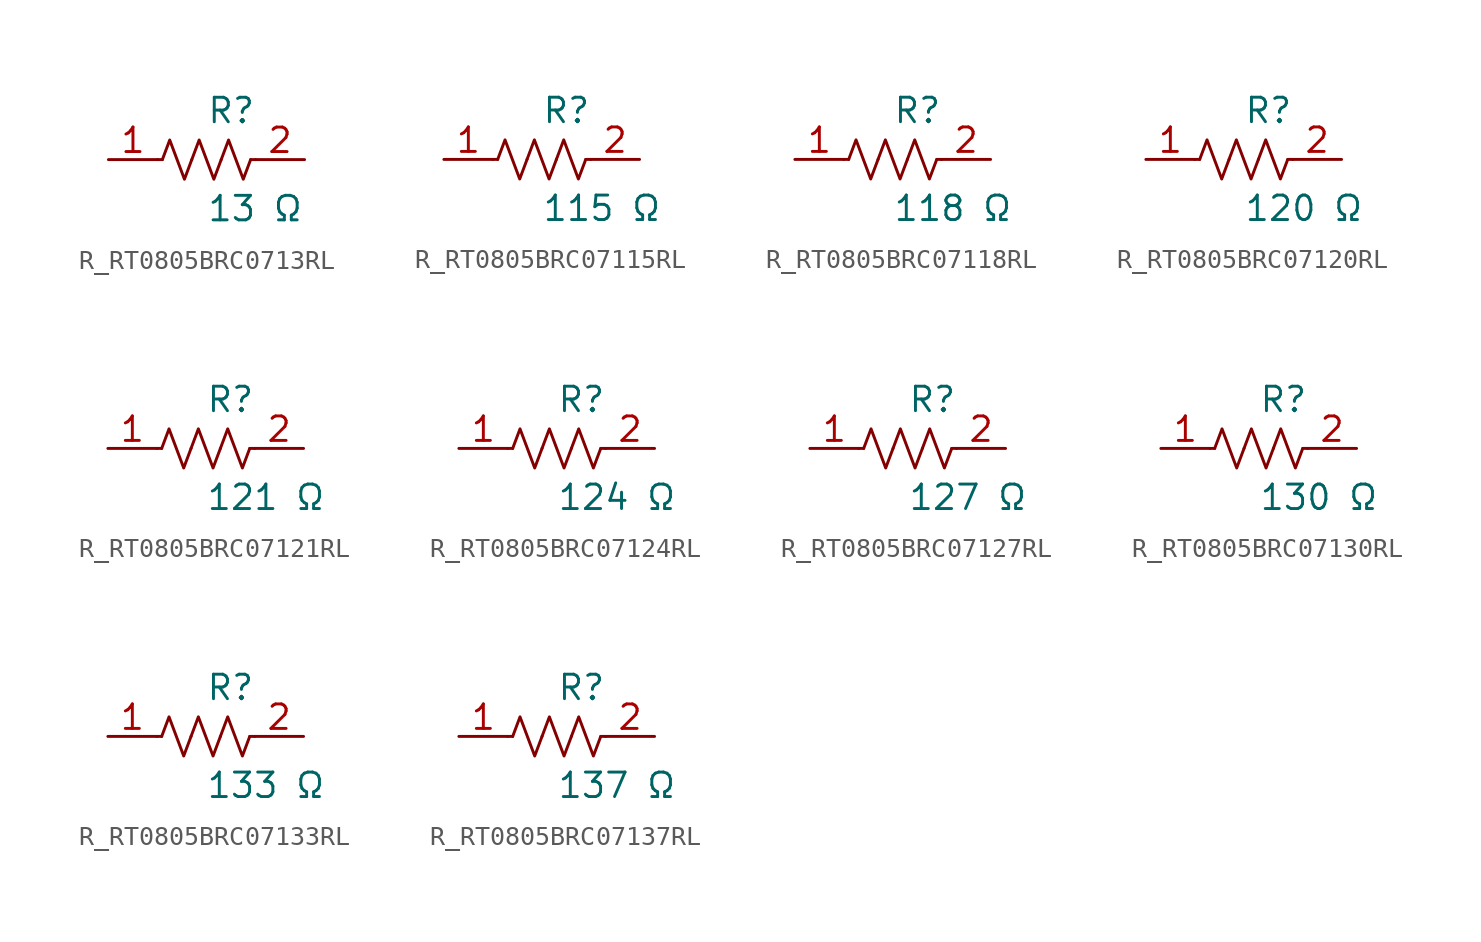
<source format=kicad_sym>
(kicad_symbol_lib
  (version 20231120)
  (generator kicad_symbol_editor)
  (generator_version 8.0)
  (symbol "R_RT0805BRC0713RL"
    (pin_names
      (offset 0.254))
    (property "Reference" "R"
      (at 0.0 2.54 0)
      (effects (font (size 1.27 1.27)) (justify left)))
    (property "Value" "13 Ω"
      (at 0.0 -2.54 0)
      (effects (font (size 1.27 1.27)) (justify left)))
    (symbol "R_RT0805BRC0713RL_0_1"
      (polyline (pts (xy 2.286 0) (xy 2.54 0)) (stroke (width 0) (type default)) (fill (type none)))
      (polyline (pts (xy -2.286 0) (xy -2.54 0)) (stroke (width 0) (type default)) (fill (type none)))
      (polyline (pts (xy 0.762 0) (xy 1.143 1.016) (xy 1.524 0) (xy 1.905 -1.016) (xy 2.286 0)) (stroke (width 0) (type default)) (fill (type none)))
      (polyline (pts (xy -0.762 0) (xy -0.381 1.016) (xy 0 0) (xy 0.381 -1.016) (xy 0.762 0)) (stroke (width 0) (type default)) (fill (type none)))
      (polyline (pts (xy -2.286 0) (xy -1.905 1.016) (xy -1.524 0) (xy -1.143 -1.016) (xy -0.762 0)) (stroke (width 0) (type default)) (fill (type none))))
    (pin unspecified line
      (at -5.08 0 0)
      (length 2.54)
      (name "" (effects (font (size 1.27 1.27))))
      (number "1" (effects (font (size 1.27 1.27)))))
    (pin unspecified line
      (at 5.08 0 180)
      (length 2.54)
      (name "" (effects (font (size 1.27 1.27))))
      (number "2" (effects (font (size 1.27 1.27))))))
  (symbol "R_RT0805BRC07115RL"
    (pin_names
      (offset 0.254))
    (property "Reference" "R"
      (at 0.0 2.54 0)
      (effects (font (size 1.27 1.27)) (justify left)))
    (property "Value" "115 Ω"
      (at 0.0 -2.54 0)
      (effects (font (size 1.27 1.27)) (justify left)))
    (symbol "R_RT0805BRC07115RL_0_1"
      (polyline (pts (xy 2.286 0) (xy 2.54 0)) (stroke (width 0) (type default)) (fill (type none)))
      (polyline (pts (xy -2.286 0) (xy -2.54 0)) (stroke (width 0) (type default)) (fill (type none)))
      (polyline (pts (xy 0.762 0) (xy 1.143 1.016) (xy 1.524 0) (xy 1.905 -1.016) (xy 2.286 0)) (stroke (width 0) (type default)) (fill (type none)))
      (polyline (pts (xy -0.762 0) (xy -0.381 1.016) (xy 0 0) (xy 0.381 -1.016) (xy 0.762 0)) (stroke (width 0) (type default)) (fill (type none)))
      (polyline (pts (xy -2.286 0) (xy -1.905 1.016) (xy -1.524 0) (xy -1.143 -1.016) (xy -0.762 0)) (stroke (width 0) (type default)) (fill (type none))))
    (pin unspecified line
      (at -5.08 0 0)
      (length 2.54)
      (name "" (effects (font (size 1.27 1.27))))
      (number "1" (effects (font (size 1.27 1.27)))))
    (pin unspecified line
      (at 5.08 0 180)
      (length 2.54)
      (name "" (effects (font (size 1.27 1.27))))
      (number "2" (effects (font (size 1.27 1.27))))))
  (symbol "R_RT0805BRC07118RL"
    (pin_names
      (offset 0.254))
    (property "Reference" "R"
      (at 0.0 2.54 0)
      (effects (font (size 1.27 1.27)) (justify left)))
    (property "Value" "118 Ω"
      (at 0.0 -2.54 0)
      (effects (font (size 1.27 1.27)) (justify left)))
    (symbol "R_RT0805BRC07118RL_0_1"
      (polyline (pts (xy 2.286 0) (xy 2.54 0)) (stroke (width 0) (type default)) (fill (type none)))
      (polyline (pts (xy -2.286 0) (xy -2.54 0)) (stroke (width 0) (type default)) (fill (type none)))
      (polyline (pts (xy 0.762 0) (xy 1.143 1.016) (xy 1.524 0) (xy 1.905 -1.016) (xy 2.286 0)) (stroke (width 0) (type default)) (fill (type none)))
      (polyline (pts (xy -0.762 0) (xy -0.381 1.016) (xy 0 0) (xy 0.381 -1.016) (xy 0.762 0)) (stroke (width 0) (type default)) (fill (type none)))
      (polyline (pts (xy -2.286 0) (xy -1.905 1.016) (xy -1.524 0) (xy -1.143 -1.016) (xy -0.762 0)) (stroke (width 0) (type default)) (fill (type none))))
    (pin unspecified line
      (at -5.08 0 0)
      (length 2.54)
      (name "" (effects (font (size 1.27 1.27))))
      (number "1" (effects (font (size 1.27 1.27)))))
    (pin unspecified line
      (at 5.08 0 180)
      (length 2.54)
      (name "" (effects (font (size 1.27 1.27))))
      (number "2" (effects (font (size 1.27 1.27))))))
  (symbol "R_RT0805BRC07120RL"
    (pin_names
      (offset 0.254))
    (property "Reference" "R"
      (at 0.0 2.54 0)
      (effects (font (size 1.27 1.27)) (justify left)))
    (property "Value" "120 Ω"
      (at 0.0 -2.54 0)
      (effects (font (size 1.27 1.27)) (justify left)))
    (symbol "R_RT0805BRC07120RL_0_1"
      (polyline (pts (xy 2.286 0) (xy 2.54 0)) (stroke (width 0) (type default)) (fill (type none)))
      (polyline (pts (xy -2.286 0) (xy -2.54 0)) (stroke (width 0) (type default)) (fill (type none)))
      (polyline (pts (xy 0.762 0) (xy 1.143 1.016) (xy 1.524 0) (xy 1.905 -1.016) (xy 2.286 0)) (stroke (width 0) (type default)) (fill (type none)))
      (polyline (pts (xy -0.762 0) (xy -0.381 1.016) (xy 0 0) (xy 0.381 -1.016) (xy 0.762 0)) (stroke (width 0) (type default)) (fill (type none)))
      (polyline (pts (xy -2.286 0) (xy -1.905 1.016) (xy -1.524 0) (xy -1.143 -1.016) (xy -0.762 0)) (stroke (width 0) (type default)) (fill (type none))))
    (pin unspecified line
      (at -5.08 0 0)
      (length 2.54)
      (name "" (effects (font (size 1.27 1.27))))
      (number "1" (effects (font (size 1.27 1.27)))))
    (pin unspecified line
      (at 5.08 0 180)
      (length 2.54)
      (name "" (effects (font (size 1.27 1.27))))
      (number "2" (effects (font (size 1.27 1.27))))))
  (symbol "R_RT0805BRC07121RL"
    (pin_names
      (offset 0.254))
    (property "Reference" "R"
      (at 0.0 2.54 0)
      (effects (font (size 1.27 1.27)) (justify left)))
    (property "Value" "121 Ω"
      (at 0.0 -2.54 0)
      (effects (font (size 1.27 1.27)) (justify left)))
    (symbol "R_RT0805BRC07121RL_0_1"
      (polyline (pts (xy 2.286 0) (xy 2.54 0)) (stroke (width 0) (type default)) (fill (type none)))
      (polyline (pts (xy -2.286 0) (xy -2.54 0)) (stroke (width 0) (type default)) (fill (type none)))
      (polyline (pts (xy 0.762 0) (xy 1.143 1.016) (xy 1.524 0) (xy 1.905 -1.016) (xy 2.286 0)) (stroke (width 0) (type default)) (fill (type none)))
      (polyline (pts (xy -0.762 0) (xy -0.381 1.016) (xy 0 0) (xy 0.381 -1.016) (xy 0.762 0)) (stroke (width 0) (type default)) (fill (type none)))
      (polyline (pts (xy -2.286 0) (xy -1.905 1.016) (xy -1.524 0) (xy -1.143 -1.016) (xy -0.762 0)) (stroke (width 0) (type default)) (fill (type none))))
    (pin unspecified line
      (at -5.08 0 0)
      (length 2.54)
      (name "" (effects (font (size 1.27 1.27))))
      (number "1" (effects (font (size 1.27 1.27)))))
    (pin unspecified line
      (at 5.08 0 180)
      (length 2.54)
      (name "" (effects (font (size 1.27 1.27))))
      (number "2" (effects (font (size 1.27 1.27))))))
  (symbol "R_RT0805BRC07124RL"
    (pin_names
      (offset 0.254))
    (property "Reference" "R"
      (at 0.0 2.54 0)
      (effects (font (size 1.27 1.27)) (justify left)))
    (property "Value" "124 Ω"
      (at 0.0 -2.54 0)
      (effects (font (size 1.27 1.27)) (justify left)))
    (symbol "R_RT0805BRC07124RL_0_1"
      (polyline (pts (xy 2.286 0) (xy 2.54 0)) (stroke (width 0) (type default)) (fill (type none)))
      (polyline (pts (xy -2.286 0) (xy -2.54 0)) (stroke (width 0) (type default)) (fill (type none)))
      (polyline (pts (xy 0.762 0) (xy 1.143 1.016) (xy 1.524 0) (xy 1.905 -1.016) (xy 2.286 0)) (stroke (width 0) (type default)) (fill (type none)))
      (polyline (pts (xy -0.762 0) (xy -0.381 1.016) (xy 0 0) (xy 0.381 -1.016) (xy 0.762 0)) (stroke (width 0) (type default)) (fill (type none)))
      (polyline (pts (xy -2.286 0) (xy -1.905 1.016) (xy -1.524 0) (xy -1.143 -1.016) (xy -0.762 0)) (stroke (width 0) (type default)) (fill (type none))))
    (pin unspecified line
      (at -5.08 0 0)
      (length 2.54)
      (name "" (effects (font (size 1.27 1.27))))
      (number "1" (effects (font (size 1.27 1.27)))))
    (pin unspecified line
      (at 5.08 0 180)
      (length 2.54)
      (name "" (effects (font (size 1.27 1.27))))
      (number "2" (effects (font (size 1.27 1.27))))))
  (symbol "R_RT0805BRC07127RL"
    (pin_names
      (offset 0.254))
    (property "Reference" "R"
      (at 0.0 2.54 0)
      (effects (font (size 1.27 1.27)) (justify left)))
    (property "Value" "127 Ω"
      (at 0.0 -2.54 0)
      (effects (font (size 1.27 1.27)) (justify left)))
    (symbol "R_RT0805BRC07127RL_0_1"
      (polyline (pts (xy 2.286 0) (xy 2.54 0)) (stroke (width 0) (type default)) (fill (type none)))
      (polyline (pts (xy -2.286 0) (xy -2.54 0)) (stroke (width 0) (type default)) (fill (type none)))
      (polyline (pts (xy 0.762 0) (xy 1.143 1.016) (xy 1.524 0) (xy 1.905 -1.016) (xy 2.286 0)) (stroke (width 0) (type default)) (fill (type none)))
      (polyline (pts (xy -0.762 0) (xy -0.381 1.016) (xy 0 0) (xy 0.381 -1.016) (xy 0.762 0)) (stroke (width 0) (type default)) (fill (type none)))
      (polyline (pts (xy -2.286 0) (xy -1.905 1.016) (xy -1.524 0) (xy -1.143 -1.016) (xy -0.762 0)) (stroke (width 0) (type default)) (fill (type none))))
    (pin unspecified line
      (at -5.08 0 0)
      (length 2.54)
      (name "" (effects (font (size 1.27 1.27))))
      (number "1" (effects (font (size 1.27 1.27)))))
    (pin unspecified line
      (at 5.08 0 180)
      (length 2.54)
      (name "" (effects (font (size 1.27 1.27))))
      (number "2" (effects (font (size 1.27 1.27))))))
  (symbol "R_RT0805BRC07130RL"
    (pin_names
      (offset 0.254))
    (property "Reference" "R"
      (at 0.0 2.54 0)
      (effects (font (size 1.27 1.27)) (justify left)))
    (property "Value" "130 Ω"
      (at 0.0 -2.54 0)
      (effects (font (size 1.27 1.27)) (justify left)))
    (symbol "R_RT0805BRC07130RL_0_1"
      (polyline (pts (xy 2.286 0) (xy 2.54 0)) (stroke (width 0) (type default)) (fill (type none)))
      (polyline (pts (xy -2.286 0) (xy -2.54 0)) (stroke (width 0) (type default)) (fill (type none)))
      (polyline (pts (xy 0.762 0) (xy 1.143 1.016) (xy 1.524 0) (xy 1.905 -1.016) (xy 2.286 0)) (stroke (width 0) (type default)) (fill (type none)))
      (polyline (pts (xy -0.762 0) (xy -0.381 1.016) (xy 0 0) (xy 0.381 -1.016) (xy 0.762 0)) (stroke (width 0) (type default)) (fill (type none)))
      (polyline (pts (xy -2.286 0) (xy -1.905 1.016) (xy -1.524 0) (xy -1.143 -1.016) (xy -0.762 0)) (stroke (width 0) (type default)) (fill (type none))))
    (pin unspecified line
      (at -5.08 0 0)
      (length 2.54)
      (name "" (effects (font (size 1.27 1.27))))
      (number "1" (effects (font (size 1.27 1.27)))))
    (pin unspecified line
      (at 5.08 0 180)
      (length 2.54)
      (name "" (effects (font (size 1.27 1.27))))
      (number "2" (effects (font (size 1.27 1.27))))))
  (symbol "R_RT0805BRC07133RL"
    (pin_names
      (offset 0.254))
    (property "Reference" "R"
      (at 0.0 2.54 0)
      (effects (font (size 1.27 1.27)) (justify left)))
    (property "Value" "133 Ω"
      (at 0.0 -2.54 0)
      (effects (font (size 1.27 1.27)) (justify left)))
    (symbol "R_RT0805BRC07133RL_0_1"
      (polyline (pts (xy 2.286 0) (xy 2.54 0)) (stroke (width 0) (type default)) (fill (type none)))
      (polyline (pts (xy -2.286 0) (xy -2.54 0)) (stroke (width 0) (type default)) (fill (type none)))
      (polyline (pts (xy 0.762 0) (xy 1.143 1.016) (xy 1.524 0) (xy 1.905 -1.016) (xy 2.286 0)) (stroke (width 0) (type default)) (fill (type none)))
      (polyline (pts (xy -0.762 0) (xy -0.381 1.016) (xy 0 0) (xy 0.381 -1.016) (xy 0.762 0)) (stroke (width 0) (type default)) (fill (type none)))
      (polyline (pts (xy -2.286 0) (xy -1.905 1.016) (xy -1.524 0) (xy -1.143 -1.016) (xy -0.762 0)) (stroke (width 0) (type default)) (fill (type none))))
    (pin unspecified line
      (at -5.08 0 0)
      (length 2.54)
      (name "" (effects (font (size 1.27 1.27))))
      (number "1" (effects (font (size 1.27 1.27)))))
    (pin unspecified line
      (at 5.08 0 180)
      (length 2.54)
      (name "" (effects (font (size 1.27 1.27))))
      (number "2" (effects (font (size 1.27 1.27))))))
  (symbol "R_RT0805BRC07137RL"
    (pin_names
      (offset 0.254))
    (property "Reference" "R"
      (at 0.0 2.54 0)
      (effects (font (size 1.27 1.27)) (justify left)))
    (property "Value" "137 Ω"
      (at 0.0 -2.54 0)
      (effects (font (size 1.27 1.27)) (justify left)))
    (symbol "R_RT0805BRC07137RL_0_1"
      (polyline (pts (xy 2.286 0) (xy 2.54 0)) (stroke (width 0) (type default)) (fill (type none)))
      (polyline (pts (xy -2.286 0) (xy -2.54 0)) (stroke (width 0) (type default)) (fill (type none)))
      (polyline (pts (xy 0.762 0) (xy 1.143 1.016) (xy 1.524 0) (xy 1.905 -1.016) (xy 2.286 0)) (stroke (width 0) (type default)) (fill (type none)))
      (polyline (pts (xy -0.762 0) (xy -0.381 1.016) (xy 0 0) (xy 0.381 -1.016) (xy 0.762 0)) (stroke (width 0) (type default)) (fill (type none)))
      (polyline (pts (xy -2.286 0) (xy -1.905 1.016) (xy -1.524 0) (xy -1.143 -1.016) (xy -0.762 0)) (stroke (width 0) (type default)) (fill (type none))))
    (pin unspecified line
      (at -5.08 0 0)
      (length 2.54)
      (name "" (effects (font (size 1.27 1.27))))
      (number "1" (effects (font (size 1.27 1.27)))))
    (pin unspecified line
      (at 5.08 0 180)
      (length 2.54)
      (name "" (effects (font (size 1.27 1.27))))
      (number "2" (effects (font (size 1.27 1.27)))))))
</source>
